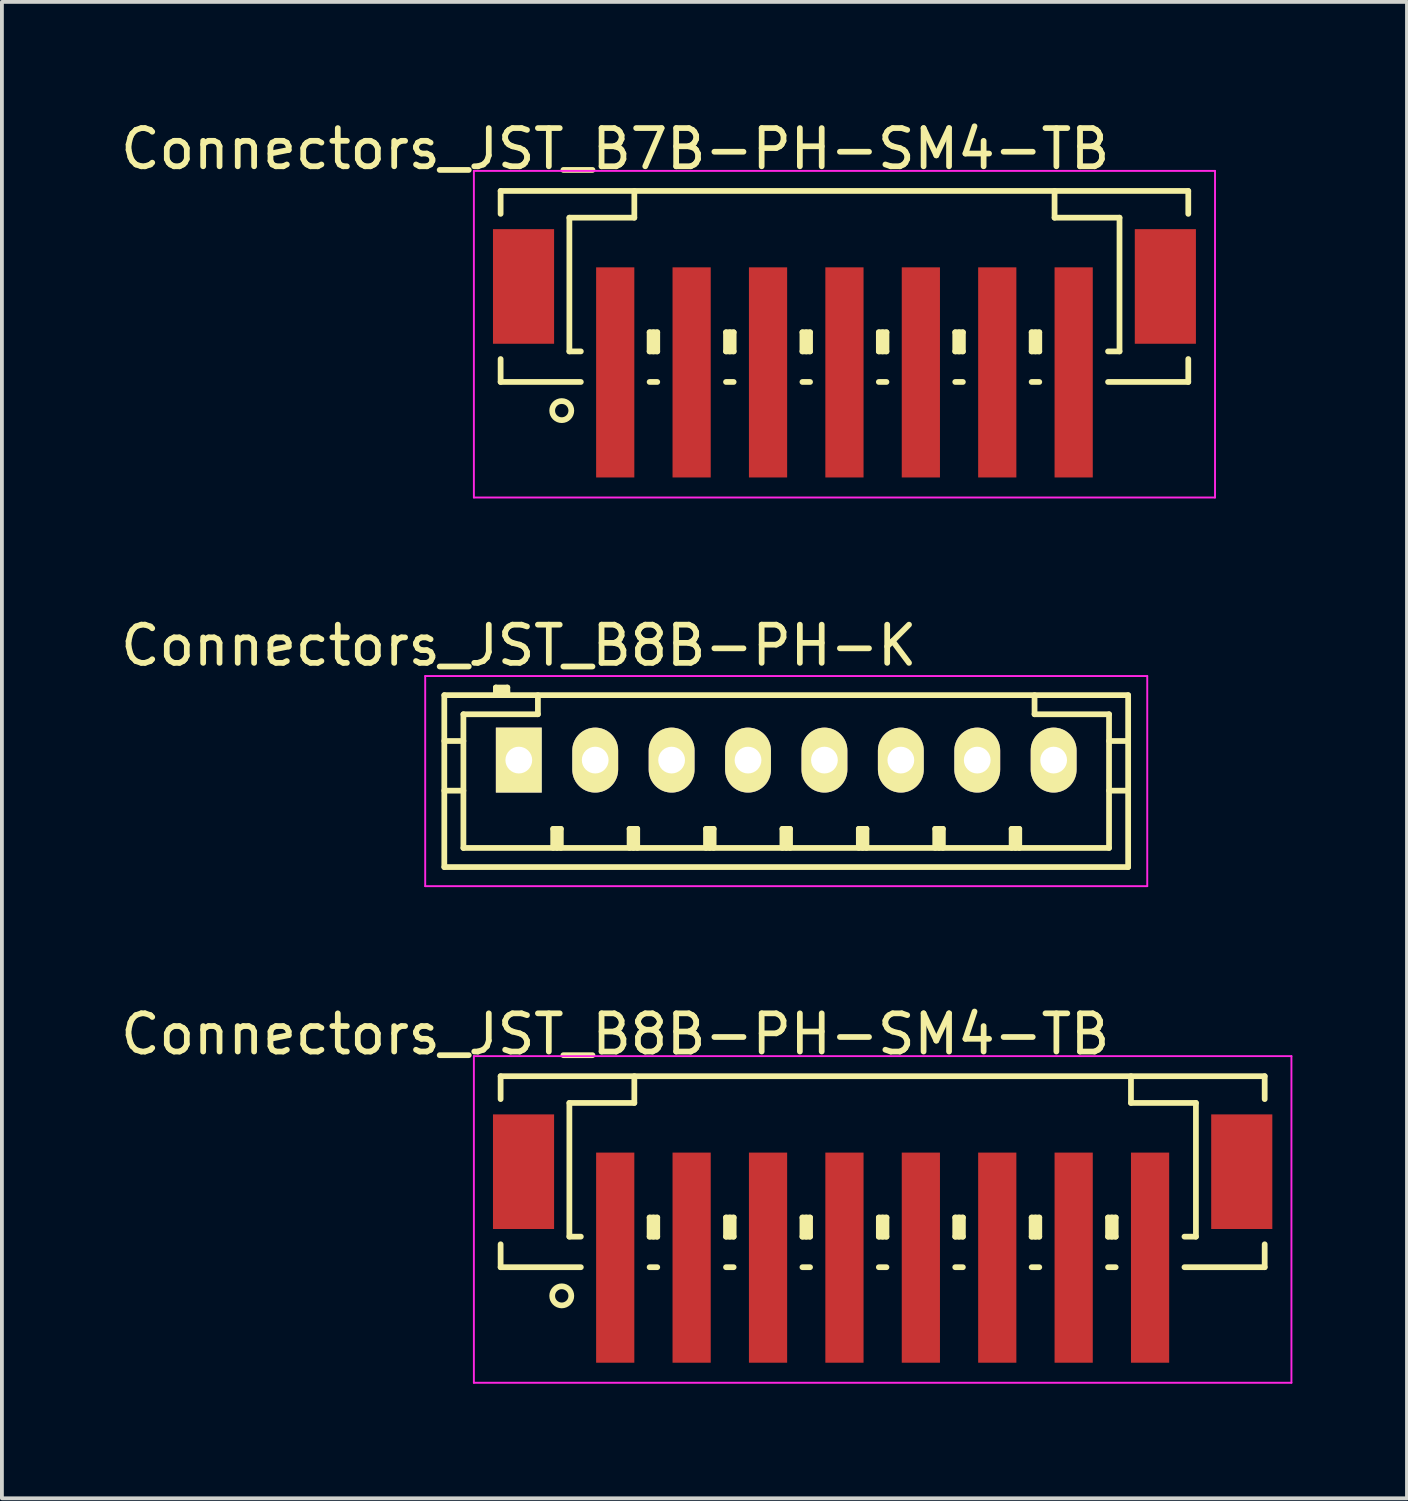
<source format=kicad_pcb>
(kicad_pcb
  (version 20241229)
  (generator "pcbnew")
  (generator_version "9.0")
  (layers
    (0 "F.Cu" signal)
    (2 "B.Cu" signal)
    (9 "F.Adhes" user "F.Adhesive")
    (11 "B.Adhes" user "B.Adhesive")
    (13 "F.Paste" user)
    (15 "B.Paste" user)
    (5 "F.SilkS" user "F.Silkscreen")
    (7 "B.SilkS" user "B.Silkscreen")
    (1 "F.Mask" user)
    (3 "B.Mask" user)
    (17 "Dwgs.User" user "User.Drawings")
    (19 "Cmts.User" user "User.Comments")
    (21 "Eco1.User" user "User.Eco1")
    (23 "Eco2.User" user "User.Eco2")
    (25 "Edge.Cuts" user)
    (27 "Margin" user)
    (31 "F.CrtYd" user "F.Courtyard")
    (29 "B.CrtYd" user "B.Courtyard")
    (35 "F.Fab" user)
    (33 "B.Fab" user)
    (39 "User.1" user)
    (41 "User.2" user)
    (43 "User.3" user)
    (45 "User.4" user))
  (footprint "Connectors_JST_B8B-PH-SM4-TB"
    (layer "F.Cu")
    (at 20.054 28.745)
    (property "Reference" "Connectors_JST_B8B-PH-SM4-TB" (at -7 -4.725 0) (layer "F.SilkS") (effects (font (size 1 1) (thickness 0.15))))
    (attr smd)
    (fp_line (start -10 -3.625) (end 10 -3.625) (stroke (width 0.15) (type solid)) (layer "F.SilkS"))
    (fp_line (start -10 -3.025) (end -10 -3.625) (stroke (width 0.15) (type solid)) (layer "F.SilkS"))
    (fp_line (start -10 0.775) (end -10 1.375) (stroke (width 0.15) (type solid)) (layer "F.SilkS"))
    (fp_line (start -10 1.375) (end -7.9 1.375) (stroke (width 0.15) (type solid)) (layer "F.SilkS"))
    (fp_line (start -8.2 -2.925) (end -8.2 0.575) (stroke (width 0.15) (type solid)) (layer "F.SilkS"))
    (fp_line (start -8.2 0.575) (end -7.9 0.575) (stroke (width 0.15) (type solid)) (layer "F.SilkS"))
    (fp_line (start -6.5 -3.625) (end -6.5 -2.925) (stroke (width 0.15) (type solid)) (layer "F.SilkS"))
    (fp_line (start -6.5 -2.925) (end -8.2 -2.925) (stroke (width 0.15) (type solid)) (layer "F.SilkS"))
    (fp_line (start -6.1 0.075) (end -5.9 0.075) (stroke (width 0.15) (type solid)) (layer "F.SilkS"))
    (fp_line (start -6.1 0.575) (end -6.1 0.075) (stroke (width 0.15) (type solid)) (layer "F.SilkS"))
    (fp_line (start -6.1 0.575) (end -5.9 0.575) (stroke (width 0.15) (type solid)) (layer "F.SilkS"))
    (fp_line (start -6.1 1.375) (end -5.9 1.375) (stroke (width 0.15) (type solid)) (layer "F.SilkS"))
    (fp_line (start -6 0.575) (end -6 0.075) (stroke (width 0.15) (type solid)) (layer "F.SilkS"))
    (fp_line (start -5.9 0.075) (end -5.9 0.575) (stroke (width 0.15) (type solid)) (layer "F.SilkS"))
    (fp_line (start -4.1 0.075) (end -3.9 0.075) (stroke (width 0.15) (type solid)) (layer "F.SilkS"))
    (fp_line (start -4.1 0.575) (end -4.1 0.075) (stroke (width 0.15) (type solid)) (layer "F.SilkS"))
    (fp_line (start -4.1 0.575) (end -3.9 0.575) (stroke (width 0.15) (type solid)) (layer "F.SilkS"))
    (fp_line (start -4.1 1.375) (end -3.9 1.375) (stroke (width 0.15) (type solid)) (layer "F.SilkS"))
    (fp_line (start -4 0.575) (end -4 0.075) (stroke (width 0.15) (type solid)) (layer "F.SilkS"))
    (fp_line (start -3.9 0.075) (end -3.9 0.575) (stroke (width 0.15) (type solid)) (layer "F.SilkS"))
    (fp_line (start -2.1 0.075) (end -1.9 0.075) (stroke (width 0.15) (type solid)) (layer "F.SilkS"))
    (fp_line (start -2.1 0.575) (end -2.1 0.075) (stroke (width 0.15) (type solid)) (layer "F.SilkS"))
    (fp_line (start -2.1 0.575) (end -1.9 0.575) (stroke (width 0.15) (type solid)) (layer "F.SilkS"))
    (fp_line (start -2.1 1.375) (end -1.9 1.375) (stroke (width 0.15) (type solid)) (layer "F.SilkS"))
    (fp_line (start -2 0.575) (end -2 0.075) (stroke (width 0.15) (type solid)) (layer "F.SilkS"))
    (fp_line (start -1.9 0.075) (end -1.9 0.575) (stroke (width 0.15) (type solid)) (layer "F.SilkS"))
    (fp_line (start -0.1 0.075) (end 0.1 0.075) (stroke (width 0.15) (type solid)) (layer "F.SilkS"))
    (fp_line (start -0.1 0.575) (end -0.1 0.075) (stroke (width 0.15) (type solid)) (layer "F.SilkS"))
    (fp_line (start -0.1 0.575) (end 0.1 0.575) (stroke (width 0.15) (type solid)) (layer "F.SilkS"))
    (fp_line (start -0.1 1.375) (end 0.1 1.375) (stroke (width 0.15) (type solid)) (layer "F.SilkS"))
    (fp_line (start 0 0.575) (end 0 0.075) (stroke (width 0.15) (type solid)) (layer "F.SilkS"))
    (fp_line (start 0.1 0.075) (end 0.1 0.575) (stroke (width 0.15) (type solid)) (layer "F.SilkS"))
    (fp_line (start 1.9 0.075) (end 2.1 0.075) (stroke (width 0.15) (type solid)) (layer "F.SilkS"))
    (fp_line (start 1.9 0.575) (end 1.9 0.075) (stroke (width 0.15) (type solid)) (layer "F.SilkS"))
    (fp_line (start 1.9 0.575) (end 2.1 0.575) (stroke (width 0.15) (type solid)) (layer "F.SilkS"))
    (fp_line (start 1.9 1.375) (end 2.1 1.375) (stroke (width 0.15) (type solid)) (layer "F.SilkS"))
    (fp_line (start 2 0.575) (end 2 0.075) (stroke (width 0.15) (type solid)) (layer "F.SilkS"))
    (fp_line (start 2.1 0.075) (end 2.1 0.575) (stroke (width 0.15) (type solid)) (layer "F.SilkS"))
    (fp_line (start 3.9 0.075) (end 4.1 0.075) (stroke (width 0.15) (type solid)) (layer "F.SilkS"))
    (fp_line (start 3.9 0.575) (end 3.9 0.075) (stroke (width 0.15) (type solid)) (layer "F.SilkS"))
    (fp_line (start 3.9 0.575) (end 4.1 0.575) (stroke (width 0.15) (type solid)) (layer "F.SilkS"))
    (fp_line (start 3.9 1.375) (end 4.1 1.375) (stroke (width 0.15) (type solid)) (layer "F.SilkS"))
    (fp_line (start 4 0.575) (end 4 0.075) (stroke (width 0.15) (type solid)) (layer "F.SilkS"))
    (fp_line (start 4.1 0.075) (end 4.1 0.575) (stroke (width 0.15) (type solid)) (layer "F.SilkS"))
    (fp_line (start 5.9 0.075) (end 6.1 0.075) (stroke (width 0.15) (type solid)) (layer "F.SilkS"))
    (fp_line (start 5.9 0.575) (end 5.9 0.075) (stroke (width 0.15) (type solid)) (layer "F.SilkS"))
    (fp_line (start 5.9 0.575) (end 6.1 0.575) (stroke (width 0.15) (type solid)) (layer "F.SilkS"))
    (fp_line (start 5.9 1.375) (end 6.1 1.375) (stroke (width 0.15) (type solid)) (layer "F.SilkS"))
    (fp_line (start 6 0.575) (end 6 0.075) (stroke (width 0.15) (type solid)) (layer "F.SilkS"))
    (fp_line (start 6.1 0.075) (end 6.1 0.575) (stroke (width 0.15) (type solid)) (layer "F.SilkS"))
    (fp_line (start 6.5 -3.625) (end 6.5 -2.925) (stroke (width 0.15) (type solid)) (layer "F.SilkS"))
    (fp_line (start 6.5 -2.925) (end 8.2 -2.925) (stroke (width 0.15) (type solid)) (layer "F.SilkS"))
    (fp_line (start 8.2 -2.925) (end 8.2 0.575) (stroke (width 0.15) (type solid)) (layer "F.SilkS"))
    (fp_line (start 8.2 0.575) (end 7.9 0.575) (stroke (width 0.15) (type solid)) (layer "F.SilkS"))
    (fp_line (start 10 -3.625) (end 10 -3.025) (stroke (width 0.15) (type solid)) (layer "F.SilkS"))
    (fp_line (start 10 0.775) (end 10 1.375) (stroke (width 0.15) (type solid)) (layer "F.SilkS"))
    (fp_line (start 10 1.375) (end 7.9 1.375) (stroke (width 0.15) (type solid)) (layer "F.SilkS"))
    (fp_circle (center -8.4 2.125) (end -8.15 2.125) (stroke (width 0.15) (type solid)) (fill no) (layer "F.SilkS"))
    (fp_line (start -10.7 -4.15) (end 10.7 -4.15) (stroke (width 0.05) (type solid)) (layer "F.CrtYd"))
    (fp_line (start -10.7 4.4) (end -10.7 -4.15) (stroke (width 0.05) (type solid)) (layer "F.CrtYd"))
    (fp_line (start 10.7 -4.15) (end 10.7 4.4) (stroke (width 0.05) (type solid)) (layer "F.CrtYd"))
    (fp_line (start 10.7 4.4) (end -10.7 4.4) (stroke (width 0.05) (type solid)) (layer "F.CrtYd"))
    (pad "" smd rect (at -9.4 -1.125) (size 1.6 3) (layers "F.Cu" "F.Mask" "F.Paste"))
    (pad "" smd rect (at 9.4 -1.125) (size 1.6 3) (layers "F.Cu" "F.Mask" "F.Paste"))
    (pad "1" smd rect (at -7 1.125) (size 1 5.5) (layers "F.Cu" "F.Mask" "F.Paste"))
    (pad "2" smd rect (at -5 1.125) (size 1 5.5) (layers "F.Cu" "F.Mask" "F.Paste"))
    (pad "3" smd rect (at -3 1.125) (size 1 5.5) (layers "F.Cu" "F.Mask" "F.Paste"))
    (pad "4" smd rect (at -1 1.125) (size 1 5.5) (layers "F.Cu" "F.Mask" "F.Paste"))
    (pad "5" smd rect (at 1 1.125) (size 1 5.5) (layers "F.Cu" "F.Mask" "F.Paste"))
    (pad "6" smd rect (at 3 1.125) (size 1 5.5) (layers "F.Cu" "F.Mask" "F.Paste"))
    (pad "7" smd rect (at 5 1.125) (size 1 5.5) (layers "F.Cu" "F.Mask" "F.Paste"))
    (pad "8" smd rect (at 7 1.125) (size 1 5.5) (layers "F.Cu" "F.Mask" "F.Paste")))
  (footprint "Connectors_JST_B8B-PH-K"
    (layer "F.Cu")
    (at 10.53 16.846)
    (property "Reference" "Connectors_JST_B8B-PH-K" (at 0 -3 0) (layer "F.SilkS") (effects (font (size 1 1) (thickness 0.15))))
    (attr through_hole)
    (fp_line (start -1.95 -1.7) (end 15.95 -1.7) (stroke (width 0.15) (type solid)) (layer "F.SilkS"))
    (fp_line (start -1.95 -0.5) (end -1.45 -0.5) (stroke (width 0.15) (type solid)) (layer "F.SilkS"))
    (fp_line (start -1.95 0.8) (end -1.45 0.8) (stroke (width 0.15) (type solid)) (layer "F.SilkS"))
    (fp_line (start -1.95 2.8) (end -1.95 -1.7) (stroke (width 0.15) (type solid)) (layer "F.SilkS"))
    (fp_line (start -1.45 -1.2) (end -1.45 2.3) (stroke (width 0.15) (type solid)) (layer "F.SilkS"))
    (fp_line (start -1.45 2.3) (end 15.45 2.3) (stroke (width 0.15) (type solid)) (layer "F.SilkS"))
    (fp_line (start -0.6 -1.9) (end -0.6 -1.7) (stroke (width 0.15) (type solid)) (layer "F.SilkS"))
    (fp_line (start -0.3 -1.9) (end -0.6 -1.9) (stroke (width 0.15) (type solid)) (layer "F.SilkS"))
    (fp_line (start -0.3 -1.8) (end -0.6 -1.8) (stroke (width 0.15) (type solid)) (layer "F.SilkS"))
    (fp_line (start -0.3 -1.7) (end -0.3 -1.9) (stroke (width 0.15) (type solid)) (layer "F.SilkS"))
    (fp_line (start 0.5 -1.7) (end 0.5 -1.2) (stroke (width 0.15) (type solid)) (layer "F.SilkS"))
    (fp_line (start 0.5 -1.2) (end -1.45 -1.2) (stroke (width 0.15) (type solid)) (layer "F.SilkS"))
    (fp_line (start 0.9 1.8) (end 1.1 1.8) (stroke (width 0.15) (type solid)) (layer "F.SilkS"))
    (fp_line (start 0.9 2.3) (end 0.9 1.8) (stroke (width 0.15) (type solid)) (layer "F.SilkS"))
    (fp_line (start 1 2.3) (end 1 1.8) (stroke (width 0.15) (type solid)) (layer "F.SilkS"))
    (fp_line (start 1.1 1.8) (end 1.1 2.3) (stroke (width 0.15) (type solid)) (layer "F.SilkS"))
    (fp_line (start 2.9 1.8) (end 3.1 1.8) (stroke (width 0.15) (type solid)) (layer "F.SilkS"))
    (fp_line (start 2.9 2.3) (end 2.9 1.8) (stroke (width 0.15) (type solid)) (layer "F.SilkS"))
    (fp_line (start 3 2.3) (end 3 1.8) (stroke (width 0.15) (type solid)) (layer "F.SilkS"))
    (fp_line (start 3.1 1.8) (end 3.1 2.3) (stroke (width 0.15) (type solid)) (layer "F.SilkS"))
    (fp_line (start 4.9 1.8) (end 5.1 1.8) (stroke (width 0.15) (type solid)) (layer "F.SilkS"))
    (fp_line (start 4.9 2.3) (end 4.9 1.8) (stroke (width 0.15) (type solid)) (layer "F.SilkS"))
    (fp_line (start 5 2.3) (end 5 1.8) (stroke (width 0.15) (type solid)) (layer "F.SilkS"))
    (fp_line (start 5.1 1.8) (end 5.1 2.3) (stroke (width 0.15) (type solid)) (layer "F.SilkS"))
    (fp_line (start 6.9 1.8) (end 7.1 1.8) (stroke (width 0.15) (type solid)) (layer "F.SilkS"))
    (fp_line (start 6.9 2.3) (end 6.9 1.8) (stroke (width 0.15) (type solid)) (layer "F.SilkS"))
    (fp_line (start 7 2.3) (end 7 1.8) (stroke (width 0.15) (type solid)) (layer "F.SilkS"))
    (fp_line (start 7.1 1.8) (end 7.1 2.3) (stroke (width 0.15) (type solid)) (layer "F.SilkS"))
    (fp_line (start 8.9 1.8) (end 9.1 1.8) (stroke (width 0.15) (type solid)) (layer "F.SilkS"))
    (fp_line (start 8.9 2.3) (end 8.9 1.8) (stroke (width 0.15) (type solid)) (layer "F.SilkS"))
    (fp_line (start 9 2.3) (end 9 1.8) (stroke (width 0.15) (type solid)) (layer "F.SilkS"))
    (fp_line (start 9.1 1.8) (end 9.1 2.3) (stroke (width 0.15) (type solid)) (layer "F.SilkS"))
    (fp_line (start 10.9 1.8) (end 11.1 1.8) (stroke (width 0.15) (type solid)) (layer "F.SilkS"))
    (fp_line (start 10.9 2.3) (end 10.9 1.8) (stroke (width 0.15) (type solid)) (layer "F.SilkS"))
    (fp_line (start 11 2.3) (end 11 1.8) (stroke (width 0.15) (type solid)) (layer "F.SilkS"))
    (fp_line (start 11.1 1.8) (end 11.1 2.3) (stroke (width 0.15) (type solid)) (layer "F.SilkS"))
    (fp_line (start 12.9 1.8) (end 13.1 1.8) (stroke (width 0.15) (type solid)) (layer "F.SilkS"))
    (fp_line (start 12.9 2.3) (end 12.9 1.8) (stroke (width 0.15) (type solid)) (layer "F.SilkS"))
    (fp_line (start 13 2.3) (end 13 1.8) (stroke (width 0.15) (type solid)) (layer "F.SilkS"))
    (fp_line (start 13.1 1.8) (end 13.1 2.3) (stroke (width 0.15) (type solid)) (layer "F.SilkS"))
    (fp_line (start 13.5 -1.2) (end 13.5 -1.7) (stroke (width 0.15) (type solid)) (layer "F.SilkS"))
    (fp_line (start 15.45 -1.2) (end 13.5 -1.2) (stroke (width 0.15) (type solid)) (layer "F.SilkS"))
    (fp_line (start 15.45 -0.5) (end 15.95 -0.5) (stroke (width 0.15) (type solid)) (layer "F.SilkS"))
    (fp_line (start 15.45 0.8) (end 15.95 0.8) (stroke (width 0.15) (type solid)) (layer "F.SilkS"))
    (fp_line (start 15.45 2.3) (end 15.45 -1.2) (stroke (width 0.15) (type solid)) (layer "F.SilkS"))
    (fp_line (start 15.95 -1.7) (end 15.95 2.8) (stroke (width 0.15) (type solid)) (layer "F.SilkS"))
    (fp_line (start 15.95 2.8) (end -1.95 2.8) (stroke (width 0.15) (type solid)) (layer "F.SilkS"))
    (fp_line (start -2.45 -2.2) (end 16.45 -2.2) (stroke (width 0.05) (type solid)) (layer "F.CrtYd"))
    (fp_line (start -2.45 3.3) (end -2.45 -2.2) (stroke (width 0.05) (type solid)) (layer "F.CrtYd"))
    (fp_line (start 16.45 -2.2) (end 16.45 3.3) (stroke (width 0.05) (type solid)) (layer "F.CrtYd"))
    (fp_line (start 16.45 3.3) (end -2.45 3.3) (stroke (width 0.05) (type solid)) (layer "F.CrtYd"))
    (pad "1" thru_hole rect (at 0 0) (size 1.2 1.7) (drill 0.7) (layers "*.Cu" "*.Mask" "F.SilkS"))
    (pad "2" thru_hole oval (at 2 0) (size 1.2 1.7) (drill 0.7) (layers "*.Cu" "*.Mask" "F.SilkS"))
    (pad "3" thru_hole oval (at 4 0) (size 1.2 1.7) (drill 0.7) (layers "*.Cu" "*.Mask" "F.SilkS"))
    (pad "4" thru_hole oval (at 6 0) (size 1.2 1.7) (drill 0.7) (layers "*.Cu" "*.Mask" "F.SilkS"))
    (pad "5" thru_hole oval (at 8 0) (size 1.2 1.7) (drill 0.7) (layers "*.Cu" "*.Mask" "F.SilkS"))
    (pad "6" thru_hole oval (at 10 0) (size 1.2 1.7) (drill 0.7) (layers "*.Cu" "*.Mask" "F.SilkS"))
    (pad "7" thru_hole oval (at 12 0) (size 1.2 1.7) (drill 0.7) (layers "*.Cu" "*.Mask" "F.SilkS"))
    (pad "8" thru_hole oval (at 14 0) (size 1.2 1.7) (drill 0.7) (layers "*.Cu" "*.Mask" "F.SilkS")))
  (footprint "Connectors_JST_B7B-PH-SM4-TB"
    (layer "F.Cu")
    (at 19.054 5.573)
    (property "Reference" "Connectors_JST_B7B-PH-SM4-TB" (at -6 -4.725 0) (layer "F.SilkS") (effects (font (size 1 1) (thickness 0.15))))
    (attr smd)
    (fp_line (start -9 -3.625) (end 9 -3.625) (stroke (width 0.15) (type solid)) (layer "F.SilkS"))
    (fp_line (start -9 -3.025) (end -9 -3.625) (stroke (width 0.15) (type solid)) (layer "F.SilkS"))
    (fp_line (start -9 0.775) (end -9 1.375) (stroke (width 0.15) (type solid)) (layer "F.SilkS"))
    (fp_line (start -9 1.375) (end -6.9 1.375) (stroke (width 0.15) (type solid)) (layer "F.SilkS"))
    (fp_line (start -7.2 -2.925) (end -7.2 0.575) (stroke (width 0.15) (type solid)) (layer "F.SilkS"))
    (fp_line (start -7.2 0.575) (end -6.9 0.575) (stroke (width 0.15) (type solid)) (layer "F.SilkS"))
    (fp_line (start -5.5 -3.625) (end -5.5 -2.925) (stroke (width 0.15) (type solid)) (layer "F.SilkS"))
    (fp_line (start -5.5 -2.925) (end -7.2 -2.925) (stroke (width 0.15) (type solid)) (layer "F.SilkS"))
    (fp_line (start -5.1 0.075) (end -4.9 0.075) (stroke (width 0.15) (type solid)) (layer "F.SilkS"))
    (fp_line (start -5.1 0.575) (end -5.1 0.075) (stroke (width 0.15) (type solid)) (layer "F.SilkS"))
    (fp_line (start -5.1 0.575) (end -4.9 0.575) (stroke (width 0.15) (type solid)) (layer "F.SilkS"))
    (fp_line (start -5.1 1.375) (end -4.9 1.375) (stroke (width 0.15) (type solid)) (layer "F.SilkS"))
    (fp_line (start -5 0.575) (end -5 0.075) (stroke (width 0.15) (type solid)) (layer "F.SilkS"))
    (fp_line (start -4.9 0.075) (end -4.9 0.575) (stroke (width 0.15) (type solid)) (layer "F.SilkS"))
    (fp_line (start -3.1 0.075) (end -2.9 0.075) (stroke (width 0.15) (type solid)) (layer "F.SilkS"))
    (fp_line (start -3.1 0.575) (end -3.1 0.075) (stroke (width 0.15) (type solid)) (layer "F.SilkS"))
    (fp_line (start -3.1 0.575) (end -2.9 0.575) (stroke (width 0.15) (type solid)) (layer "F.SilkS"))
    (fp_line (start -3.1 1.375) (end -2.9 1.375) (stroke (width 0.15) (type solid)) (layer "F.SilkS"))
    (fp_line (start -3 0.575) (end -3 0.075) (stroke (width 0.15) (type solid)) (layer "F.SilkS"))
    (fp_line (start -2.9 0.075) (end -2.9 0.575) (stroke (width 0.15) (type solid)) (layer "F.SilkS"))
    (fp_line (start -1.1 0.075) (end -0.9 0.075) (stroke (width 0.15) (type solid)) (layer "F.SilkS"))
    (fp_line (start -1.1 0.575) (end -1.1 0.075) (stroke (width 0.15) (type solid)) (layer "F.SilkS"))
    (fp_line (start -1.1 0.575) (end -0.9 0.575) (stroke (width 0.15) (type solid)) (layer "F.SilkS"))
    (fp_line (start -1.1 1.375) (end -0.9 1.375) (stroke (width 0.15) (type solid)) (layer "F.SilkS"))
    (fp_line (start -1 0.575) (end -1 0.075) (stroke (width 0.15) (type solid)) (layer "F.SilkS"))
    (fp_line (start -0.9 0.075) (end -0.9 0.575) (stroke (width 0.15) (type solid)) (layer "F.SilkS"))
    (fp_line (start 0.9 0.075) (end 1.1 0.075) (stroke (width 0.15) (type solid)) (layer "F.SilkS"))
    (fp_line (start 0.9 0.575) (end 0.9 0.075) (stroke (width 0.15) (type solid)) (layer "F.SilkS"))
    (fp_line (start 0.9 0.575) (end 1.1 0.575) (stroke (width 0.15) (type solid)) (layer "F.SilkS"))
    (fp_line (start 0.9 1.375) (end 1.1 1.375) (stroke (width 0.15) (type solid)) (layer "F.SilkS"))
    (fp_line (start 1 0.575) (end 1 0.075) (stroke (width 0.15) (type solid)) (layer "F.SilkS"))
    (fp_line (start 1.1 0.075) (end 1.1 0.575) (stroke (width 0.15) (type solid)) (layer "F.SilkS"))
    (fp_line (start 2.9 0.075) (end 3.1 0.075) (stroke (width 0.15) (type solid)) (layer "F.SilkS"))
    (fp_line (start 2.9 0.575) (end 2.9 0.075) (stroke (width 0.15) (type solid)) (layer "F.SilkS"))
    (fp_line (start 2.9 0.575) (end 3.1 0.575) (stroke (width 0.15) (type solid)) (layer "F.SilkS"))
    (fp_line (start 2.9 1.375) (end 3.1 1.375) (stroke (width 0.15) (type solid)) (layer "F.SilkS"))
    (fp_line (start 3 0.575) (end 3 0.075) (stroke (width 0.15) (type solid)) (layer "F.SilkS"))
    (fp_line (start 3.1 0.075) (end 3.1 0.575) (stroke (width 0.15) (type solid)) (layer "F.SilkS"))
    (fp_line (start 4.9 0.075) (end 5.1 0.075) (stroke (width 0.15) (type solid)) (layer "F.SilkS"))
    (fp_line (start 4.9 0.575) (end 4.9 0.075) (stroke (width 0.15) (type solid)) (layer "F.SilkS"))
    (fp_line (start 4.9 0.575) (end 5.1 0.575) (stroke (width 0.15) (type solid)) (layer "F.SilkS"))
    (fp_line (start 4.9 1.375) (end 5.1 1.375) (stroke (width 0.15) (type solid)) (layer "F.SilkS"))
    (fp_line (start 5 0.575) (end 5 0.075) (stroke (width 0.15) (type solid)) (layer "F.SilkS"))
    (fp_line (start 5.1 0.075) (end 5.1 0.575) (stroke (width 0.15) (type solid)) (layer "F.SilkS"))
    (fp_line (start 5.5 -3.625) (end 5.5 -2.925) (stroke (width 0.15) (type solid)) (layer "F.SilkS"))
    (fp_line (start 5.5 -2.925) (end 7.2 -2.925) (stroke (width 0.15) (type solid)) (layer "F.SilkS"))
    (fp_line (start 7.2 -2.925) (end 7.2 0.575) (stroke (width 0.15) (type solid)) (layer "F.SilkS"))
    (fp_line (start 7.2 0.575) (end 6.9 0.575) (stroke (width 0.15) (type solid)) (layer "F.SilkS"))
    (fp_line (start 9 -3.625) (end 9 -3.025) (stroke (width 0.15) (type solid)) (layer "F.SilkS"))
    (fp_line (start 9 0.775) (end 9 1.375) (stroke (width 0.15) (type solid)) (layer "F.SilkS"))
    (fp_line (start 9 1.375) (end 6.9 1.375) (stroke (width 0.15) (type solid)) (layer "F.SilkS"))
    (fp_circle (center -7.4 2.125) (end -7.15 2.125) (stroke (width 0.15) (type solid)) (fill no) (layer "F.SilkS"))
    (fp_line (start -9.7 -4.15) (end 9.7 -4.15) (stroke (width 0.05) (type solid)) (layer "F.CrtYd"))
    (fp_line (start -9.7 4.4) (end -9.7 -4.15) (stroke (width 0.05) (type solid)) (layer "F.CrtYd"))
    (fp_line (start 9.7 -4.15) (end 9.7 4.4) (stroke (width 0.05) (type solid)) (layer "F.CrtYd"))
    (fp_line (start 9.7 4.4) (end -9.7 4.4) (stroke (width 0.05) (type solid)) (layer "F.CrtYd"))
    (pad "" smd rect (at -8.4 -1.125) (size 1.6 3) (layers "F.Cu" "F.Mask" "F.Paste"))
    (pad "" smd rect (at 8.4 -1.125) (size 1.6 3) (layers "F.Cu" "F.Mask" "F.Paste"))
    (pad "1" smd rect (at -6 1.125) (size 1 5.5) (layers "F.Cu" "F.Mask" "F.Paste"))
    (pad "2" smd rect (at -4 1.125) (size 1 5.5) (layers "F.Cu" "F.Mask" "F.Paste"))
    (pad "3" smd rect (at -2 1.125) (size 1 5.5) (layers "F.Cu" "F.Mask" "F.Paste"))
    (pad "4" smd rect (at 0 1.125) (size 1 5.5) (layers "F.Cu" "F.Mask" "F.Paste"))
    (pad "5" smd rect (at 2 1.125) (size 1 5.5) (layers "F.Cu" "F.Mask" "F.Paste"))
    (pad "6" smd rect (at 4 1.125) (size 1 5.5) (layers "F.Cu" "F.Mask" "F.Paste"))
    (pad "7" smd rect (at 6 1.125) (size 1 5.5) (layers "F.Cu" "F.Mask" "F.Paste")))
  (gr_rect
    (start -3 -3)
    (end 33.779 36.17)
    (stroke (width 0.1) (type default))
    (fill no)
    (layer "Edge.Cuts")))
</source>
